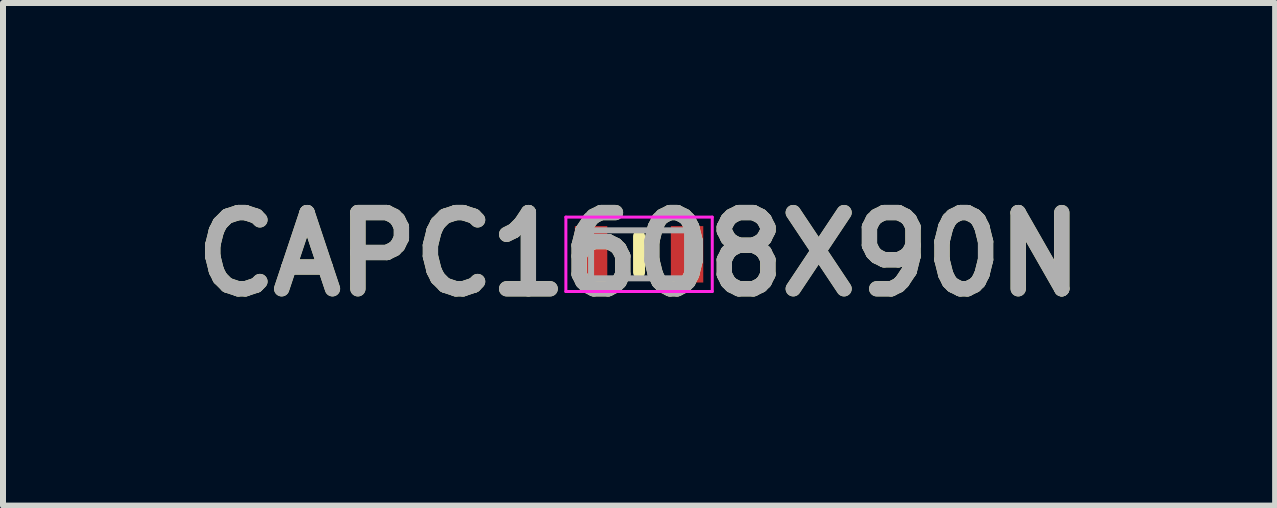
<source format=kicad_pcb>
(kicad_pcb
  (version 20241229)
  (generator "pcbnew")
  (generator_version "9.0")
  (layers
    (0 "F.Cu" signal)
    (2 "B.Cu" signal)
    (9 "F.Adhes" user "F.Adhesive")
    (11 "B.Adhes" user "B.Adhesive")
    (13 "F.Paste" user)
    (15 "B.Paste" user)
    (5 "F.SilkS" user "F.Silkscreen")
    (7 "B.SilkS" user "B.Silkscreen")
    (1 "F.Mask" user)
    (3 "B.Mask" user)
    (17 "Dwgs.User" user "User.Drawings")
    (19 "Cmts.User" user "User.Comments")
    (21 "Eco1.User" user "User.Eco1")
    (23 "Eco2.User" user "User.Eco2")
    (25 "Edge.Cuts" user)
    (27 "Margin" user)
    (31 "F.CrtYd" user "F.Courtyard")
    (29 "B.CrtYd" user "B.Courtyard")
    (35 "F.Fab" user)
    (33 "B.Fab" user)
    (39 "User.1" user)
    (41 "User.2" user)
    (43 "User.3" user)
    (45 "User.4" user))
  (footprint "CAPC1608X90N"
    (layer "F.Cu")
    (at 7.602 1.189)
    (property "Reference" "CAPC1608X90N" (at 0 0 0) (layer "F.SilkS") (effects (font (size 1.27 1.27) (thickness 0.254))))
    (attr smd)
    (fp_line (start 0 -0.3) (end 0 0.3) (stroke (width 0.2) (type solid)) (layer "F.SilkS"))
    (fp_line (start -1.22 -0.62) (end 1.22 -0.62) (stroke (width 0.05) (type solid)) (layer "F.CrtYd"))
    (fp_line (start -1.22 0.62) (end -1.22 -0.62) (stroke (width 0.05) (type solid)) (layer "F.CrtYd"))
    (fp_line (start 1.22 -0.62) (end 1.22 0.62) (stroke (width 0.05) (type solid)) (layer "F.CrtYd"))
    (fp_line (start 1.22 0.62) (end -1.22 0.62) (stroke (width 0.05) (type solid)) (layer "F.CrtYd"))
    (fp_line (start -0.8 -0.4) (end 0.8 -0.4) (stroke (width 0.1) (type solid)) (layer "F.Fab"))
    (fp_line (start -0.8 0.4) (end -0.8 -0.4) (stroke (width 0.1) (type solid)) (layer "F.Fab"))
    (fp_line (start 0.8 -0.4) (end 0.8 0.4) (stroke (width 0.1) (type solid)) (layer "F.Fab"))
    (fp_line (start 0.8 0.4) (end -0.8 0.4) (stroke (width 0.1) (type solid)) (layer "F.Fab"))
    (fp_text user "${REFERENCE}" (at 0 0 0) (layer "F.Fab") (effects (font (size 1.27 1.27) (thickness 0.254))))
    (pad "1" smd rect (at -0.8 0) (size 0.54 0.94) (layers "F.Cu" "F.Mask" "F.Paste"))
    (pad "2" smd rect (at 0.8 0) (size 0.54 0.94) (layers "F.Cu" "F.Mask" "F.Paste")))
  (gr_rect
    (start -3 -3)
    (end 18.204 5.377)
    (stroke (width 0.1) (type default))
    (fill no)
    (layer "Edge.Cuts")))
</source>
